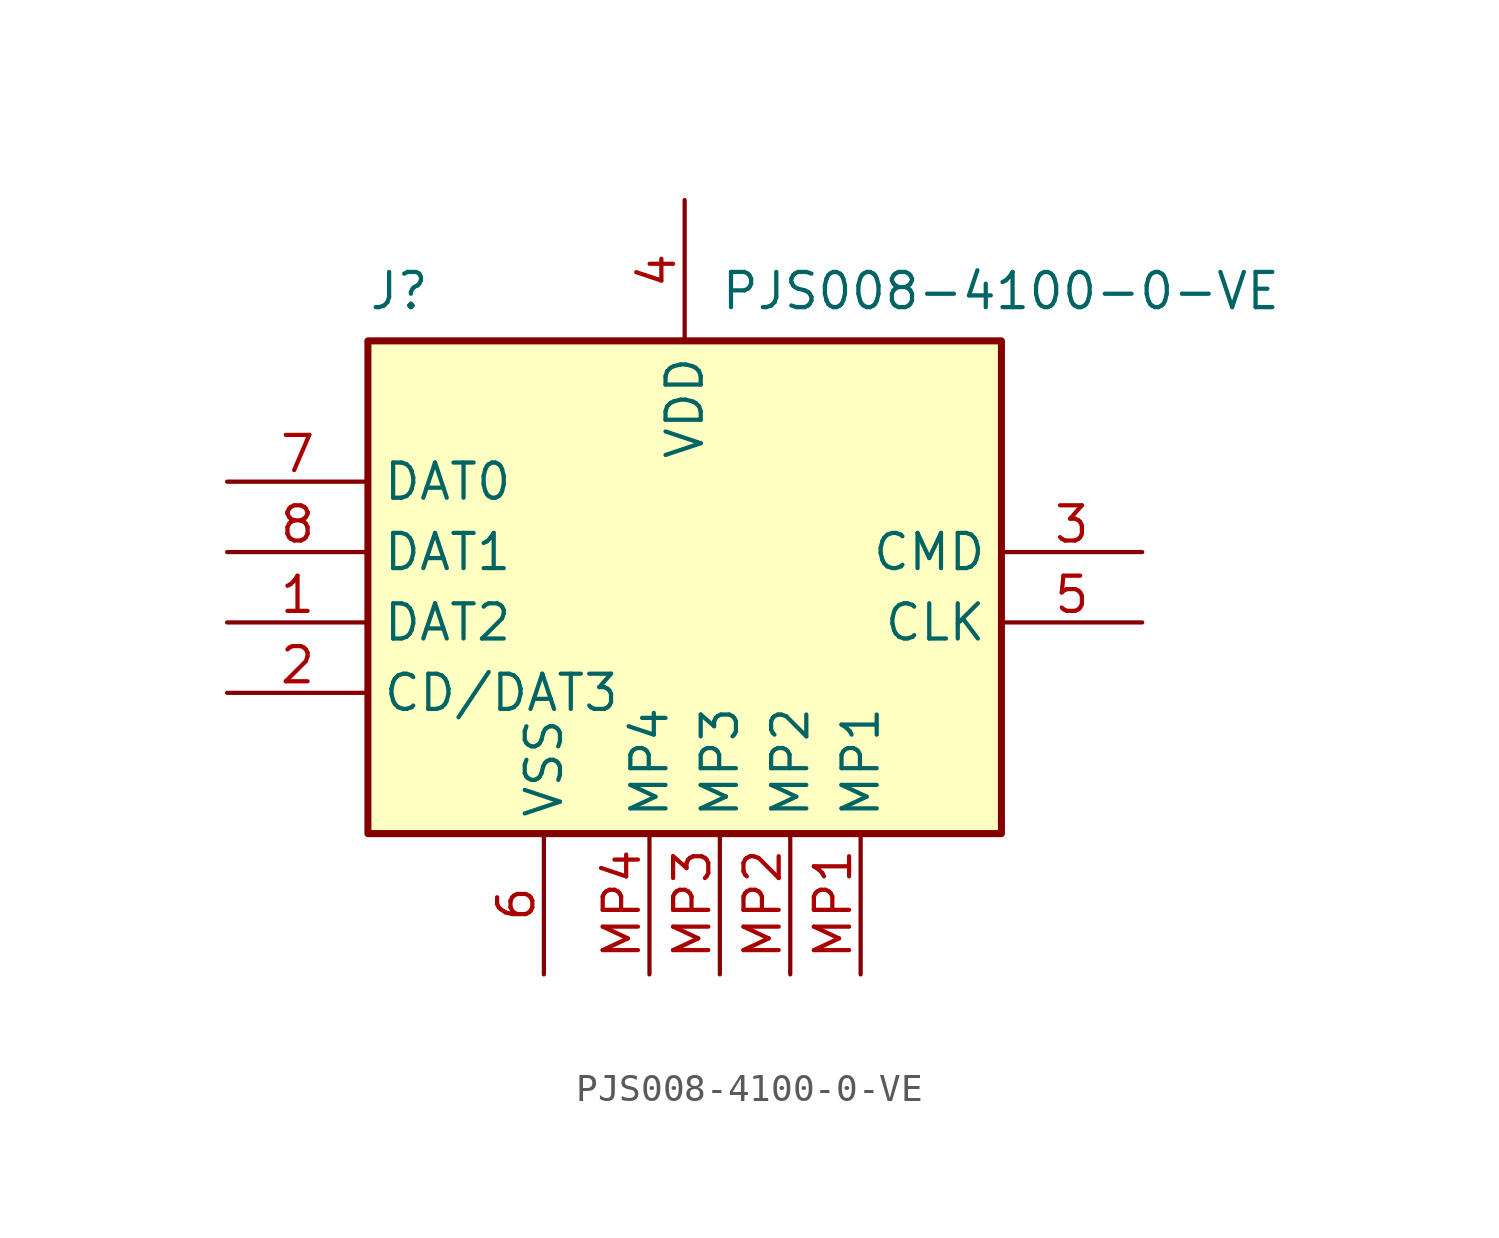
<source format=kicad_sym>
(kicad_symbol_lib
  (version 20220914)
  (generator kicad_symbol_editor)
  (symbol "PJS008-4100-0-VE"
    (property "Reference" "J"
      (at -11.43 11.43 0)
      (effects (font (size 1.27 1.27)) (justify left top)))
    (property "Value" "PJS008-4100-0-VE"
      (at 1.27 11.43 0)
      (effects (font (size 1.27 1.27)) (justify left top)))
    (symbol "PJS008-4100-0-VE_1_1"
      (rectangle (start -11.43 8.89) (end 11.43 -8.89) (stroke (width 0.254) (type default)) (fill (type background)))
      (pin bidirectional line (at -16.51 -1.27 0) (length 5.08) (name "DAT2" (effects (font (size 1.27 1.27)))) (number "1" (effects (font (size 1.27 1.27)))))
      (pin bidirectional line (at -16.51 -3.81 0) (length 5.08) (name "CD/DAT3" (effects (font (size 1.27 1.27)))) (number "2" (effects (font (size 1.27 1.27)))))
      (pin bidirectional line (at 16.51 1.27 180) (length 5.08) (name "CMD" (effects (font (size 1.27 1.27)))) (number "3" (effects (font (size 1.27 1.27)))))
      (pin power_in line (at 0 13.97 270) (length 5.08) (name "VDD" (effects (font (size 1.27 1.27)))) (number "4" (effects (font (size 1.27 1.27)))))
      (pin input line (at 16.51 -1.27 180) (length 5.08) (name "CLK" (effects (font (size 1.27 1.27)))) (number "5" (effects (font (size 1.27 1.27)))))
      (pin power_out line (at -5.08 -13.97 90) (length 5.08) (name "VSS" (effects (font (size 1.27 1.27)))) (number "6" (effects (font (size 1.27 1.27)))))
      (pin bidirectional line (at -16.51 3.81 0) (length 5.08) (name "DAT0" (effects (font (size 1.27 1.27)))) (number "7" (effects (font (size 1.27 1.27)))))
      (pin bidirectional line (at -16.51 1.27 0) (length 5.08) (name "DAT1" (effects (font (size 1.27 1.27)))) (number "8" (effects (font (size 1.27 1.27)))))
      (pin power_out line (at 6.35 -13.97 90) (length 5.08) (name "MP1" (effects (font (size 1.27 1.27)))) (number "MP1" (effects (font (size 1.27 1.27)))))
      (pin power_out line (at 3.81 -13.97 90) (length 5.08) (name "MP2" (effects (font (size 1.27 1.27)))) (number "MP2" (effects (font (size 1.27 1.27)))))
      (pin power_out line (at 1.27 -13.97 90) (length 5.08) (name "MP3" (effects (font (size 1.27 1.27)))) (number "MP3" (effects (font (size 1.27 1.27)))))
      (pin power_out line (at -1.27 -13.97 90) (length 5.08) (name "MP4" (effects (font (size 1.27 1.27)))) (number "MP4" (effects (font (size 1.27 1.27))))))))
</source>
